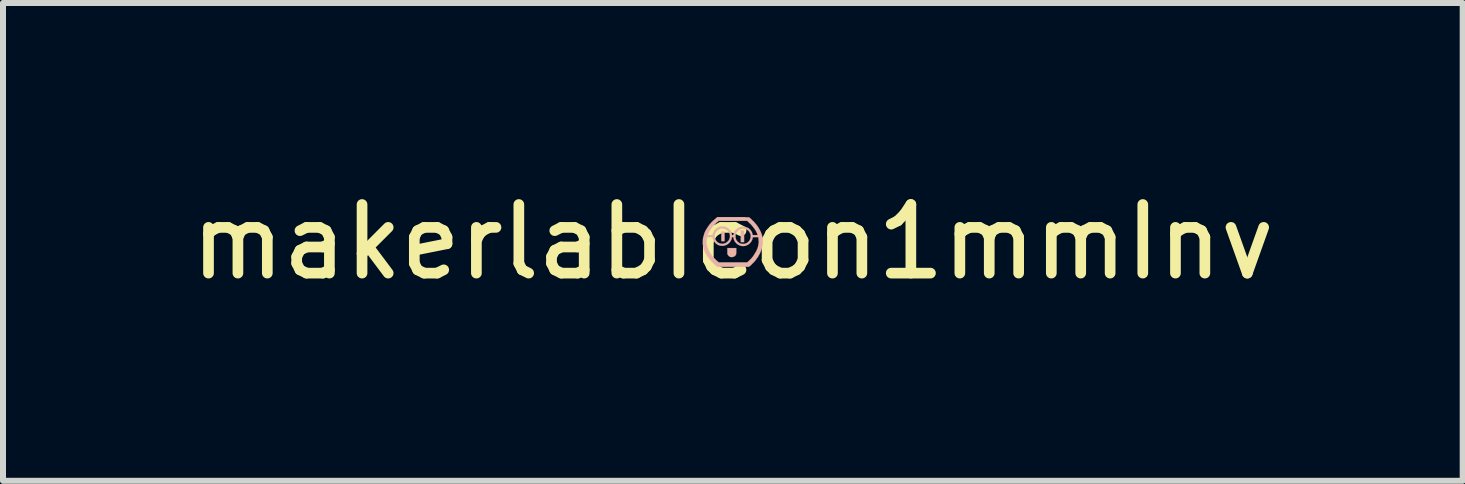
<source format=kicad_pcb>
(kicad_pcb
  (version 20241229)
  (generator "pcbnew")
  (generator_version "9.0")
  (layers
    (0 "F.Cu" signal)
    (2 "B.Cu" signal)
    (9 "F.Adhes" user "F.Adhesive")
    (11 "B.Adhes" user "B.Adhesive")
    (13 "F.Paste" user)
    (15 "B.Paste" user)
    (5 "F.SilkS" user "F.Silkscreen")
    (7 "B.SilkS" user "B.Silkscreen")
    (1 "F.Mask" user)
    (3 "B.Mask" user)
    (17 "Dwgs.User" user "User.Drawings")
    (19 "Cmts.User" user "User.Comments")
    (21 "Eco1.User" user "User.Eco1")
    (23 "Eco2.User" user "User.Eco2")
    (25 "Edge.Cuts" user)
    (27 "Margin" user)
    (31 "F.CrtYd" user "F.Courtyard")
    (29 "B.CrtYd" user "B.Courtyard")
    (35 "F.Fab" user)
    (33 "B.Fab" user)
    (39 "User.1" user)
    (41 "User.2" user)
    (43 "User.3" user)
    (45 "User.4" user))
  (footprint "makerlabIcon1mmInv"
    (layer "F.Cu")
    (at 9.16 0.981)
    (property "Reference" "makerlabIcon1mmInv" (at 0 0 0) (layer "F.SilkS") (effects (font (size 1.143 1.143) (thickness 0.178))))
    (attr through_hole)
    (fp_poly (pts (xy -0.191 -0.013) (xy -0.163 -0.013) (xy -0.137 -0.013) (xy -0.137 -0.091) (xy -0.137 -0.173) (xy -0.163 -0.173) (xy -0.191 -0.173) (xy -0.191 -0.094) (xy -0.191 -0.013)) (stroke (width 0.003) (type solid)) (fill yes) (layer "B.SilkS"))
    (fp_poly (pts (xy 0.132 0.003) (xy 0.16 0.003) (xy 0.188 0.003) (xy 0.188 -0.094) (xy 0.188 -0.193) (xy 0.16 -0.193) (xy 0.132 -0.193) (xy 0.132 -0.094) (xy 0.132 0.003)) (stroke (width 0.003) (type solid)) (fill yes) (layer "B.SilkS"))
    (fp_poly (pts (xy -0.091 0.102) (xy -0.091 0.15) (xy -0.091 0.198) (xy -0.086 0.211) (xy -0.079 0.221) (xy -0.069 0.234) (xy -0.058 0.241) (xy -0.046 0.249) (xy -0.041 0.251) (xy -0.028 0.251) (xy -0.015 0.254) (xy -0.005 0.251) (xy 0.005 0.249) (xy 0.02 0.244) (xy 0.033 0.236) (xy 0.043 0.226) (xy 0.051 0.213) (xy 0.056 0.201) (xy 0.056 0.198) (xy 0.056 0.193) (xy 0.056 0.191) (xy 0.058 0.185) (xy 0.058 0.178) (xy 0.058 0.17) (xy 0.058 0.16) (xy 0.058 0.147) (xy 0.058 0.102) (xy -0.018 0.102) (xy -0.091 0.102)) (stroke (width 0.003) (type solid)) (fill yes) (layer "B.SilkS"))
    (fp_poly (pts (xy -0.5 0.008) (xy -0.5 0.02) (xy -0.5 0.033) (xy -0.498 0.043) (xy -0.498 0.046) (xy -0.493 0.076) (xy -0.485 0.107) (xy -0.475 0.137) (xy -0.465 0.165) (xy -0.452 0.193) (xy -0.437 0.216) (xy -0.437 0.008) (xy -0.437 -0.005) (xy -0.437 -0.018) (xy -0.437 -0.033) (xy -0.434 -0.046) (xy -0.434 -0.056) (xy -0.434 -0.061) (xy -0.432 -0.066) (xy -0.432 -0.071) (xy -0.429 -0.076) (xy -0.429 -0.079) (xy -0.424 -0.079) (xy -0.419 -0.079) (xy -0.419 -0.114) (xy -0.419 -0.117) (xy -0.417 -0.124) (xy -0.411 -0.132) (xy -0.409 -0.14) (xy -0.404 -0.15) (xy -0.399 -0.16) (xy -0.396 -0.168) (xy -0.394 -0.173) (xy -0.373 -0.203) (xy -0.353 -0.234) (xy -0.33 -0.262) (xy -0.302 -0.29) (xy -0.274 -0.318) (xy -0.249 -0.338) (xy -0.236 -0.351) (xy 0.003 -0.351) (xy 0.239 -0.351) (xy 0.254 -0.338) (xy 0.259 -0.333) (xy 0.267 -0.325) (xy 0.274 -0.318) (xy 0.282 -0.31) (xy 0.292 -0.302) (xy 0.318 -0.274) (xy 0.34 -0.246) (xy 0.361 -0.218) (xy 0.378 -0.193) (xy 0.394 -0.165) (xy 0.406 -0.135) (xy 0.406 -0.132) (xy 0.409 -0.127) (xy 0.411 -0.122) (xy 0.414 -0.117) (xy 0.414 -0.114) (xy 0.409 -0.114) (xy 0.404 -0.114) (xy 0.396 -0.114) (xy 0.386 -0.114) (xy 0.378 -0.114) (xy 0.368 -0.114) (xy 0.358 -0.114) (xy 0.351 -0.114) (xy 0.343 -0.114) (xy 0.338 -0.114) (xy 0.333 -0.114) (xy 0.33 -0.119) (xy 0.33 -0.124) (xy 0.33 -0.127) (xy 0.323 -0.147) (xy 0.315 -0.168) (xy 0.305 -0.185) (xy 0.292 -0.201) (xy 0.277 -0.216) (xy 0.262 -0.229) (xy 0.241 -0.239) (xy 0.221 -0.246) (xy 0.211 -0.251) (xy 0.206 -0.251) (xy 0.201 -0.254) (xy 0.196 -0.254) (xy 0.191 -0.254) (xy 0.183 -0.254) (xy 0.173 -0.254) (xy 0.17 -0.254) (xy 0.163 -0.254) (xy 0.155 -0.254) (xy 0.147 -0.254) (xy 0.142 -0.254) (xy 0.14 -0.251) (xy 0.135 -0.251) (xy 0.13 -0.249) (xy 0.109 -0.244) (xy 0.089 -0.234) (xy 0.071 -0.221) (xy 0.056 -0.206) (xy 0.041 -0.191) (xy 0.03 -0.173) (xy 0.025 -0.165) (xy 0.023 -0.157) (xy 0.018 -0.147) (xy 0.015 -0.14) (xy 0.013 -0.13) (xy 0.01 -0.117) (xy 0.01 -0.114) (xy 0.008 -0.114) (xy 0.003 -0.114) (xy -0.003 -0.114) (xy -0.015 -0.114) (xy -0.015 -0.124) (xy -0.02 -0.145) (xy -0.028 -0.165) (xy -0.038 -0.183) (xy -0.051 -0.201) (xy -0.066 -0.216) (xy -0.081 -0.229) (xy -0.099 -0.239) (xy -0.104 -0.241) (xy -0.122 -0.249) (xy -0.142 -0.254) (xy -0.16 -0.257) (xy -0.183 -0.259) (xy -0.203 -0.257) (xy -0.224 -0.251) (xy -0.244 -0.244) (xy -0.262 -0.234) (xy -0.279 -0.221) (xy -0.29 -0.211) (xy -0.305 -0.196) (xy -0.315 -0.175) (xy -0.325 -0.157) (xy -0.333 -0.137) (xy -0.335 -0.119) (xy -0.338 -0.114) (xy -0.378 -0.114) (xy -0.419 -0.114) (xy -0.419 -0.079) (xy -0.411 -0.079) (xy -0.401 -0.079) (xy -0.391 -0.079) (xy -0.381 -0.079) (xy -0.371 -0.079) (xy -0.363 -0.079) (xy -0.353 -0.079) (xy -0.345 -0.079) (xy -0.34 -0.079) (xy -0.338 -0.079) (xy -0.335 -0.076) (xy -0.335 -0.074) (xy -0.335 -0.069) (xy -0.335 -0.066) (xy -0.33 -0.046) (xy -0.32 -0.025) (xy -0.31 -0.008) (xy -0.302 0.003) (xy -0.302 -0.094) (xy -0.302 -0.097) (xy -0.302 -0.104) (xy -0.302 -0.112) (xy -0.302 -0.119) (xy -0.3 -0.124) (xy -0.3 -0.127) (xy -0.292 -0.147) (xy -0.284 -0.163) (xy -0.272 -0.178) (xy -0.259 -0.193) (xy -0.244 -0.203) (xy -0.229 -0.211) (xy -0.218 -0.216) (xy -0.208 -0.221) (xy -0.198 -0.221) (xy -0.185 -0.224) (xy -0.175 -0.224) (xy -0.165 -0.224) (xy -0.16 -0.224) (xy -0.155 -0.221) (xy -0.15 -0.221) (xy -0.145 -0.221) (xy -0.142 -0.218) (xy -0.124 -0.213) (xy -0.112 -0.206) (xy -0.099 -0.198) (xy -0.089 -0.188) (xy -0.076 -0.175) (xy -0.066 -0.16) (xy -0.056 -0.142) (xy -0.051 -0.127) (xy -0.051 -0.117) (xy -0.048 -0.107) (xy -0.048 -0.094) (xy -0.048 -0.084) (xy -0.051 -0.074) (xy -0.051 -0.066) (xy -0.058 -0.048) (xy -0.066 -0.03) (xy -0.079 -0.015) (xy -0.091 -0.003) (xy -0.107 0.01) (xy -0.122 0.018) (xy -0.14 0.025) (xy -0.15 0.028) (xy -0.16 0.03) (xy -0.17 0.03) (xy -0.183 0.03) (xy -0.196 0.028) (xy -0.206 0.028) (xy -0.211 0.025) (xy -0.218 0.023) (xy -0.226 0.02) (xy -0.234 0.018) (xy -0.249 0.008) (xy -0.264 -0.005) (xy -0.277 -0.018) (xy -0.287 -0.036) (xy -0.295 -0.053) (xy -0.297 -0.064) (xy -0.3 -0.069) (xy -0.3 -0.074) (xy -0.302 -0.079) (xy -0.302 -0.084) (xy -0.302 -0.094) (xy -0.302 0.003) (xy -0.297 0.01) (xy -0.282 0.025) (xy -0.267 0.038) (xy -0.249 0.048) (xy -0.231 0.056) (xy -0.213 0.061) (xy -0.196 0.064) (xy -0.191 0.064) (xy -0.17 0.066) (xy -0.15 0.064) (xy -0.13 0.058) (xy -0.109 0.051) (xy -0.091 0.041) (xy -0.074 0.028) (xy -0.058 0.015) (xy -0.048 0.003) (xy -0.036 -0.018) (xy -0.025 -0.036) (xy -0.018 -0.056) (xy -0.018 -0.066) (xy -0.015 -0.079) (xy -0.003 -0.079) (xy 0.01 -0.079) (xy 0.01 -0.069) (xy 0.015 -0.051) (xy 0.02 -0.033) (xy 0.028 -0.018) (xy 0.036 -0.003) (xy 0.041 0.003) (xy 0.046 0.008) (xy 0.046 -0.091) (xy 0.046 -0.104) (xy 0.046 -0.114) (xy 0.046 -0.122) (xy 0.048 -0.124) (xy 0.053 -0.142) (xy 0.061 -0.157) (xy 0.074 -0.173) (xy 0.084 -0.185) (xy 0.099 -0.198) (xy 0.114 -0.208) (xy 0.132 -0.213) (xy 0.14 -0.216) (xy 0.152 -0.218) (xy 0.165 -0.221) (xy 0.178 -0.221) (xy 0.191 -0.218) (xy 0.203 -0.216) (xy 0.221 -0.211) (xy 0.239 -0.201) (xy 0.254 -0.191) (xy 0.267 -0.178) (xy 0.277 -0.163) (xy 0.287 -0.145) (xy 0.295 -0.127) (xy 0.295 -0.124) (xy 0.297 -0.114) (xy 0.297 -0.104) (xy 0.297 -0.091) (xy 0.297 -0.079) (xy 0.295 -0.066) (xy 0.295 -0.064) (xy 0.287 -0.043) (xy 0.279 -0.028) (xy 0.269 -0.013) (xy 0.257 0) (xy 0.241 0.013) (xy 0.226 0.02) (xy 0.208 0.028) (xy 0.198 0.03) (xy 0.193 0.033) (xy 0.185 0.033) (xy 0.178 0.033) (xy 0.168 0.033) (xy 0.157 0.033) (xy 0.15 0.033) (xy 0.142 0.03) (xy 0.137 0.028) (xy 0.135 0.028) (xy 0.117 0.023) (xy 0.102 0.013) (xy 0.086 0) (xy 0.074 -0.013) (xy 0.061 -0.028) (xy 0.053 -0.046) (xy 0.048 -0.061) (xy 0.046 -0.069) (xy 0.046 -0.079) (xy 0.046 -0.091) (xy 0.046 0.008) (xy 0.048 0.01) (xy 0.056 0.02) (xy 0.064 0.028) (xy 0.071 0.033) (xy 0.079 0.041) (xy 0.081 0.041) (xy 0.099 0.051) (xy 0.119 0.061) (xy 0.14 0.066) (xy 0.16 0.069) (xy 0.183 0.069) (xy 0.203 0.066) (xy 0.224 0.061) (xy 0.241 0.051) (xy 0.262 0.041) (xy 0.277 0.028) (xy 0.292 0.015) (xy 0.302 0) (xy 0.315 -0.018) (xy 0.323 -0.036) (xy 0.328 -0.056) (xy 0.333 -0.071) (xy 0.333 -0.079) (xy 0.378 -0.079) (xy 0.424 -0.079) (xy 0.427 -0.066) (xy 0.429 -0.033) (xy 0.432 -0.003) (xy 0.429 0.028) (xy 0.424 0.058) (xy 0.417 0.089) (xy 0.406 0.119) (xy 0.391 0.152) (xy 0.389 0.157) (xy 0.373 0.183) (xy 0.356 0.211) (xy 0.338 0.239) (xy 0.315 0.267) (xy 0.292 0.292) (xy 0.267 0.315) (xy 0.251 0.33) (xy 0.239 0.34) (xy 0.003 0.34) (xy -0.234 0.34) (xy -0.251 0.325) (xy -0.262 0.318) (xy -0.272 0.307) (xy -0.284 0.297) (xy -0.295 0.284) (xy -0.307 0.274) (xy -0.318 0.264) (xy -0.325 0.254) (xy -0.33 0.249) (xy -0.353 0.221) (xy -0.371 0.196) (xy -0.389 0.168) (xy -0.401 0.142) (xy -0.414 0.114) (xy -0.424 0.086) (xy -0.432 0.056) (xy -0.437 0.03) (xy -0.437 0.02) (xy -0.437 0.008) (xy -0.437 0.216) (xy -0.434 0.221) (xy -0.417 0.249) (xy -0.396 0.277) (xy -0.381 0.295) (xy -0.373 0.302) (xy -0.366 0.312) (xy -0.356 0.323) (xy -0.345 0.335) (xy -0.333 0.345) (xy -0.323 0.358) (xy -0.31 0.368) (xy -0.3 0.378) (xy -0.29 0.389) (xy -0.279 0.396) (xy -0.259 0.414) (xy 0.005 0.414) (xy 0.269 0.414) (xy 0.279 0.406) (xy 0.305 0.384) (xy 0.33 0.358) (xy 0.356 0.333) (xy 0.381 0.302) (xy 0.401 0.274) (xy 0.422 0.244) (xy 0.439 0.213) (xy 0.455 0.183) (xy 0.467 0.155) (xy 0.478 0.127) (xy 0.485 0.099) (xy 0.493 0.071) (xy 0.495 0.053) (xy 0.495 0.046) (xy 0.498 0.041) (xy 0.498 0.036) (xy 0.498 0.033) (xy 0.498 0.03) (xy 0.498 0.023) (xy 0.498 0.015) (xy 0.5 0.008) (xy 0.5 -0.003) (xy 0.498 -0.036) (xy 0.493 -0.071) (xy 0.488 -0.104) (xy 0.478 -0.137) (xy 0.47 -0.155) (xy 0.46 -0.18) (xy 0.445 -0.208) (xy 0.429 -0.236) (xy 0.411 -0.264) (xy 0.391 -0.29) (xy 0.389 -0.292) (xy 0.376 -0.307) (xy 0.363 -0.323) (xy 0.348 -0.34) (xy 0.33 -0.356) (xy 0.315 -0.371) (xy 0.3 -0.386) (xy 0.292 -0.394) (xy 0.284 -0.399) (xy 0.279 -0.404) (xy 0.277 -0.406) (xy 0.274 -0.409) (xy 0.274 -0.411) (xy 0.272 -0.411) (xy 0.269 -0.411) (xy 0.267 -0.411) (xy 0.264 -0.411) (xy 0.259 -0.411) (xy 0.254 -0.411) (xy 0.246 -0.411) (xy 0.239 -0.411) (xy 0.231 -0.411) (xy 0.218 -0.411) (xy 0.206 -0.414) (xy 0.193 -0.414) (xy 0.175 -0.414) (xy 0.157 -0.414) (xy 0.137 -0.414) (xy 0.114 -0.414) (xy 0.089 -0.414) (xy 0.061 -0.414) (xy 0.03 -0.414) (xy 0.008 -0.414) (xy -0.259 -0.414) (xy -0.269 -0.404) (xy -0.3 -0.378) (xy -0.33 -0.353) (xy -0.358 -0.325) (xy -0.384 -0.295) (xy -0.406 -0.264) (xy -0.414 -0.254) (xy -0.434 -0.221) (xy -0.455 -0.188) (xy -0.47 -0.155) (xy -0.48 -0.122) (xy -0.49 -0.086) (xy -0.498 -0.051) (xy -0.498 -0.041) (xy -0.498 -0.03) (xy -0.5 -0.018) (xy -0.5 -0.005) (xy -0.5 0.008)) (stroke (width 0.003) (type solid)) (fill yes) (layer "B.SilkS")))
  (gr_rect
    (start -3 -3)
    (end 21.321 4.961)
    (stroke (width 0.1) (type default))
    (fill no)
    (layer "Edge.Cuts")))
</source>
